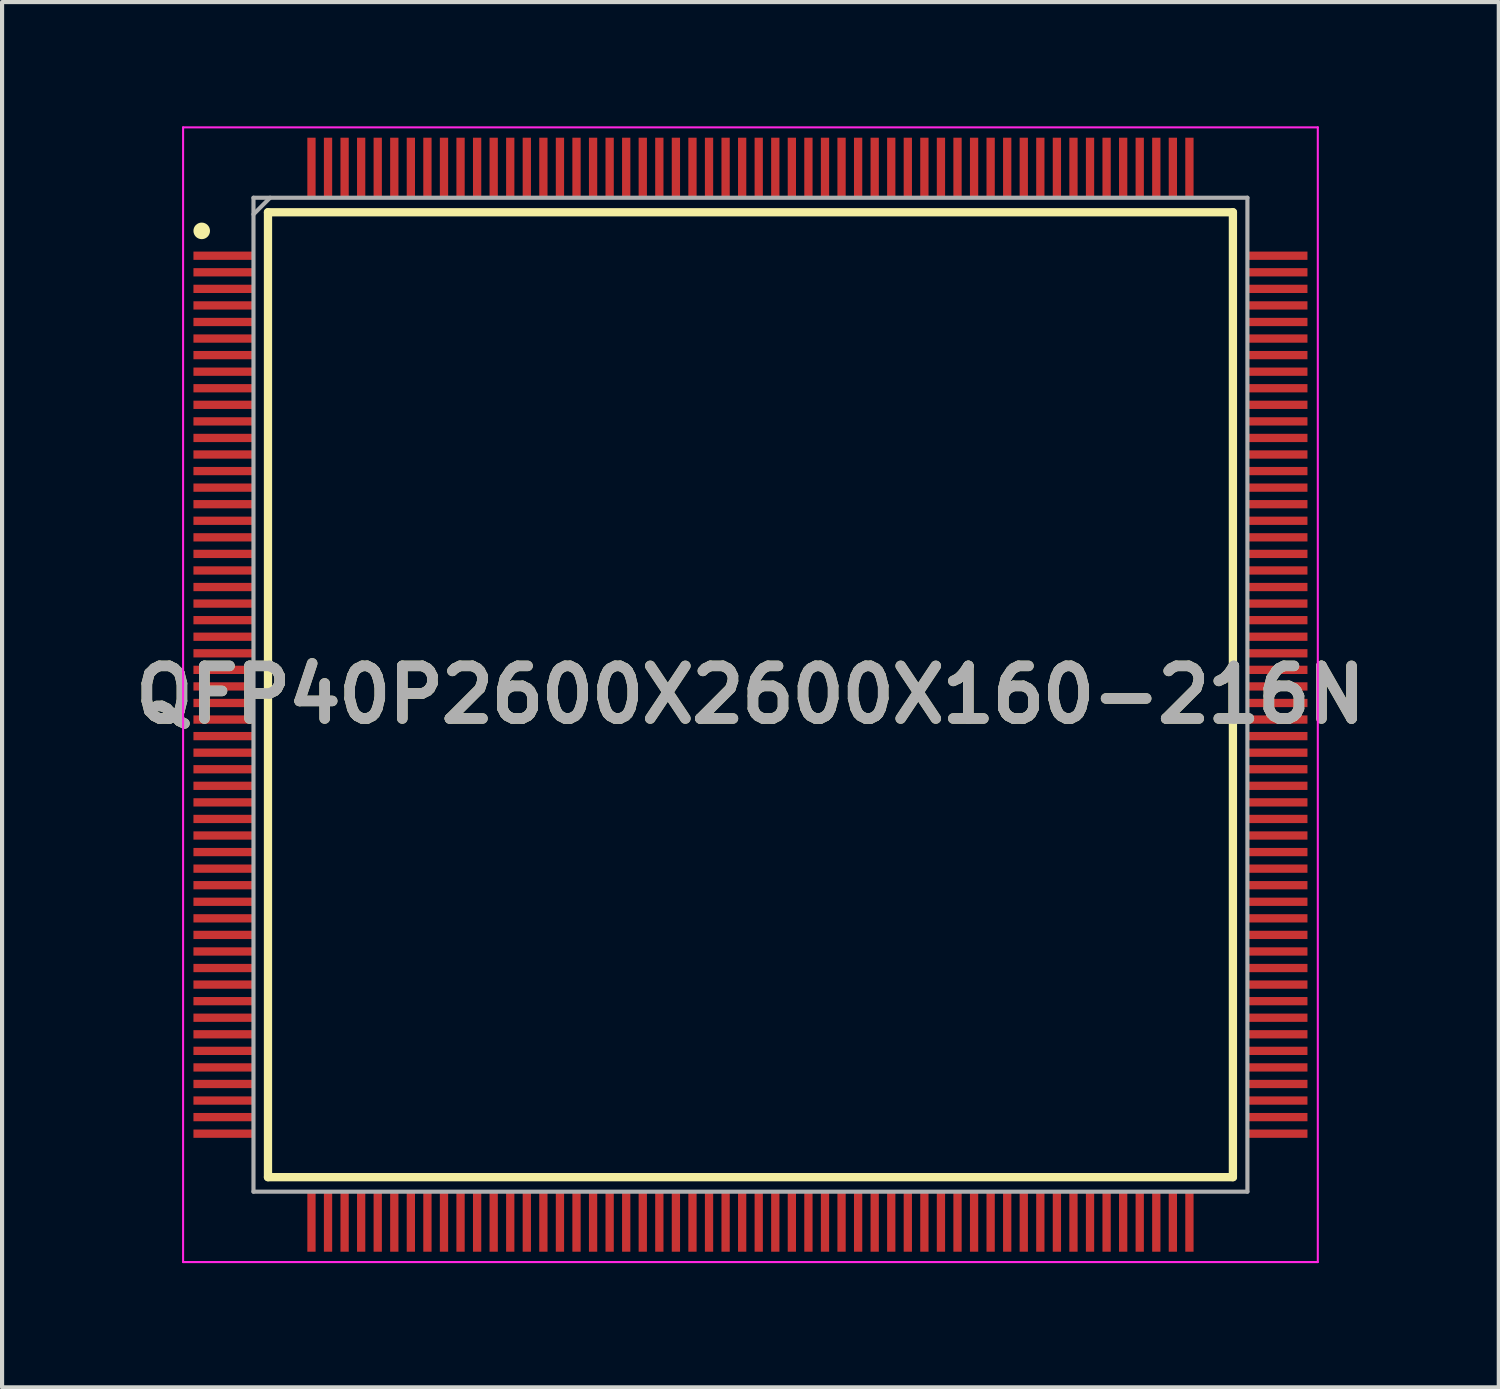
<source format=kicad_pcb>
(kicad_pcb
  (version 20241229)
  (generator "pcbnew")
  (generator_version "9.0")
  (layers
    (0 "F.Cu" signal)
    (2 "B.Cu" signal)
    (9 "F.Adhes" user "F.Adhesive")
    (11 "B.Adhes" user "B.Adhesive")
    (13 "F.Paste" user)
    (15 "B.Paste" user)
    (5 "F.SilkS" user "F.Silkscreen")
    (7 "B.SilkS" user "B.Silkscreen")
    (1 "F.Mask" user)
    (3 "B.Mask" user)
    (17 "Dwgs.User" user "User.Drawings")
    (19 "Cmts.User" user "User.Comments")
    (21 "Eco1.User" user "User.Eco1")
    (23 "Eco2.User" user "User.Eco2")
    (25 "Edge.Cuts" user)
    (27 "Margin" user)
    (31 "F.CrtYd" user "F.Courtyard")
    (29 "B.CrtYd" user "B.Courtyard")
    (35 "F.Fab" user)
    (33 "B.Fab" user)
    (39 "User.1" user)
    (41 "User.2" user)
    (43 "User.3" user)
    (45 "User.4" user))
  (footprint "QFP40P2600X2600X160-216N"
    (layer "F.Cu")
    (at 15.071 13.725)
    (property "Reference" "QFP40P2600X2600X160-216N" (at 0 0 0) (layer "F.SilkS") (effects (font (size 1.27 1.27) (thickness 0.254))))
    (attr smd)
    (fp_line (start -11.65 -11.65) (end 11.65 -11.65) (stroke (width 0.2) (type solid)) (layer "F.SilkS"))
    (fp_line (start -11.65 11.65) (end -11.65 -11.65) (stroke (width 0.2) (type solid)) (layer "F.SilkS"))
    (fp_line (start 11.65 -11.65) (end 11.65 11.65) (stroke (width 0.2) (type solid)) (layer "F.SilkS"))
    (fp_line (start 11.65 11.65) (end -11.65 11.65) (stroke (width 0.2) (type solid)) (layer "F.SilkS"))
    (fp_circle (center -13.25 -11.2) (end -13.25 -11.1) (stroke (width 0.2) (type solid)) (fill no) (layer "F.SilkS"))
    (fp_line (start -13.7 -13.7) (end 13.7 -13.7) (stroke (width 0.05) (type solid)) (layer "F.CrtYd"))
    (fp_line (start -13.7 13.7) (end -13.7 -13.7) (stroke (width 0.05) (type solid)) (layer "F.CrtYd"))
    (fp_line (start 13.7 -13.7) (end 13.7 13.7) (stroke (width 0.05) (type solid)) (layer "F.CrtYd"))
    (fp_line (start 13.7 13.7) (end -13.7 13.7) (stroke (width 0.05) (type solid)) (layer "F.CrtYd"))
    (fp_line (start -12 -12) (end 12 -12) (stroke (width 0.1) (type solid)) (layer "F.Fab"))
    (fp_line (start -12 -11.6) (end -11.6 -12) (stroke (width 0.1) (type solid)) (layer "F.Fab"))
    (fp_line (start -12 12) (end -12 -12) (stroke (width 0.1) (type solid)) (layer "F.Fab"))
    (fp_line (start 12 -12) (end 12 12) (stroke (width 0.1) (type solid)) (layer "F.Fab"))
    (fp_line (start 12 12) (end -12 12) (stroke (width 0.1) (type solid)) (layer "F.Fab"))
    (fp_text user "${REFERENCE}" (at 0 0 0) (layer "F.Fab") (effects (font (size 1.27 1.27) (thickness 0.254))))
    (pad "1" smd rect (at -12.725 -10.6 90) (size 0.2 1.45) (layers "F.Cu" "F.Mask" "F.Paste"))
    (pad "2" smd rect (at -12.725 -10.2 90) (size 0.2 1.45) (layers "F.Cu" "F.Mask" "F.Paste"))
    (pad "3" smd rect (at -12.725 -9.8 90) (size 0.2 1.45) (layers "F.Cu" "F.Mask" "F.Paste"))
    (pad "4" smd rect (at -12.725 -9.4 90) (size 0.2 1.45) (layers "F.Cu" "F.Mask" "F.Paste"))
    (pad "5" smd rect (at -12.725 -9 90) (size 0.2 1.45) (layers "F.Cu" "F.Mask" "F.Paste"))
    (pad "6" smd rect (at -12.725 -8.6 90) (size 0.2 1.45) (layers "F.Cu" "F.Mask" "F.Paste"))
    (pad "7" smd rect (at -12.725 -8.2 90) (size 0.2 1.45) (layers "F.Cu" "F.Mask" "F.Paste"))
    (pad "8" smd rect (at -12.725 -7.8 90) (size 0.2 1.45) (layers "F.Cu" "F.Mask" "F.Paste"))
    (pad "9" smd rect (at -12.725 -7.4 90) (size 0.2 1.45) (layers "F.Cu" "F.Mask" "F.Paste"))
    (pad "10" smd rect (at -12.725 -7 90) (size 0.2 1.45) (layers "F.Cu" "F.Mask" "F.Paste"))
    (pad "11" smd rect (at -12.725 -6.6 90) (size 0.2 1.45) (layers "F.Cu" "F.Mask" "F.Paste"))
    (pad "12" smd rect (at -12.725 -6.2 90) (size 0.2 1.45) (layers "F.Cu" "F.Mask" "F.Paste"))
    (pad "13" smd rect (at -12.725 -5.8 90) (size 0.2 1.45) (layers "F.Cu" "F.Mask" "F.Paste"))
    (pad "14" smd rect (at -12.725 -5.4 90) (size 0.2 1.45) (layers "F.Cu" "F.Mask" "F.Paste"))
    (pad "15" smd rect (at -12.725 -5 90) (size 0.2 1.45) (layers "F.Cu" "F.Mask" "F.Paste"))
    (pad "16" smd rect (at -12.725 -4.6 90) (size 0.2 1.45) (layers "F.Cu" "F.Mask" "F.Paste"))
    (pad "17" smd rect (at -12.725 -4.2 90) (size 0.2 1.45) (layers "F.Cu" "F.Mask" "F.Paste"))
    (pad "18" smd rect (at -12.725 -3.8 90) (size 0.2 1.45) (layers "F.Cu" "F.Mask" "F.Paste"))
    (pad "19" smd rect (at -12.725 -3.4 90) (size 0.2 1.45) (layers "F.Cu" "F.Mask" "F.Paste"))
    (pad "20" smd rect (at -12.725 -3 90) (size 0.2 1.45) (layers "F.Cu" "F.Mask" "F.Paste"))
    (pad "21" smd rect (at -12.725 -2.6 90) (size 0.2 1.45) (layers "F.Cu" "F.Mask" "F.Paste"))
    (pad "22" smd rect (at -12.725 -2.2 90) (size 0.2 1.45) (layers "F.Cu" "F.Mask" "F.Paste"))
    (pad "23" smd rect (at -12.725 -1.8 90) (size 0.2 1.45) (layers "F.Cu" "F.Mask" "F.Paste"))
    (pad "24" smd rect (at -12.725 -1.4 90) (size 0.2 1.45) (layers "F.Cu" "F.Mask" "F.Paste"))
    (pad "25" smd rect (at -12.725 -1 90) (size 0.2 1.45) (layers "F.Cu" "F.Mask" "F.Paste"))
    (pad "26" smd rect (at -12.725 -0.6 90) (size 0.2 1.45) (layers "F.Cu" "F.Mask" "F.Paste"))
    (pad "27" smd rect (at -12.725 -0.2 90) (size 0.2 1.45) (layers "F.Cu" "F.Mask" "F.Paste"))
    (pad "28" smd rect (at -12.725 0.2 90) (size 0.2 1.45) (layers "F.Cu" "F.Mask" "F.Paste"))
    (pad "29" smd rect (at -12.725 0.6 90) (size 0.2 1.45) (layers "F.Cu" "F.Mask" "F.Paste"))
    (pad "30" smd rect (at -12.725 1 90) (size 0.2 1.45) (layers "F.Cu" "F.Mask" "F.Paste"))
    (pad "31" smd rect (at -12.725 1.4 90) (size 0.2 1.45) (layers "F.Cu" "F.Mask" "F.Paste"))
    (pad "32" smd rect (at -12.725 1.8 90) (size 0.2 1.45) (layers "F.Cu" "F.Mask" "F.Paste"))
    (pad "33" smd rect (at -12.725 2.2 90) (size 0.2 1.45) (layers "F.Cu" "F.Mask" "F.Paste"))
    (pad "34" smd rect (at -12.725 2.6 90) (size 0.2 1.45) (layers "F.Cu" "F.Mask" "F.Paste"))
    (pad "35" smd rect (at -12.725 3 90) (size 0.2 1.45) (layers "F.Cu" "F.Mask" "F.Paste"))
    (pad "36" smd rect (at -12.725 3.4 90) (size 0.2 1.45) (layers "F.Cu" "F.Mask" "F.Paste"))
    (pad "37" smd rect (at -12.725 3.8 90) (size 0.2 1.45) (layers "F.Cu" "F.Mask" "F.Paste"))
    (pad "38" smd rect (at -12.725 4.2 90) (size 0.2 1.45) (layers "F.Cu" "F.Mask" "F.Paste"))
    (pad "39" smd rect (at -12.725 4.6 90) (size 0.2 1.45) (layers "F.Cu" "F.Mask" "F.Paste"))
    (pad "40" smd rect (at -12.725 5 90) (size 0.2 1.45) (layers "F.Cu" "F.Mask" "F.Paste"))
    (pad "41" smd rect (at -12.725 5.4 90) (size 0.2 1.45) (layers "F.Cu" "F.Mask" "F.Paste"))
    (pad "42" smd rect (at -12.725 5.8 90) (size 0.2 1.45) (layers "F.Cu" "F.Mask" "F.Paste"))
    (pad "43" smd rect (at -12.725 6.2 90) (size 0.2 1.45) (layers "F.Cu" "F.Mask" "F.Paste"))
    (pad "44" smd rect (at -12.725 6.6 90) (size 0.2 1.45) (layers "F.Cu" "F.Mask" "F.Paste"))
    (pad "45" smd rect (at -12.725 7 90) (size 0.2 1.45) (layers "F.Cu" "F.Mask" "F.Paste"))
    (pad "46" smd rect (at -12.725 7.4 90) (size 0.2 1.45) (layers "F.Cu" "F.Mask" "F.Paste"))
    (pad "47" smd rect (at -12.725 7.8 90) (size 0.2 1.45) (layers "F.Cu" "F.Mask" "F.Paste"))
    (pad "48" smd rect (at -12.725 8.2 90) (size 0.2 1.45) (layers "F.Cu" "F.Mask" "F.Paste"))
    (pad "49" smd rect (at -12.725 8.6 90) (size 0.2 1.45) (layers "F.Cu" "F.Mask" "F.Paste"))
    (pad "50" smd rect (at -12.725 9 90) (size 0.2 1.45) (layers "F.Cu" "F.Mask" "F.Paste"))
    (pad "51" smd rect (at -12.725 9.4 90) (size 0.2 1.45) (layers "F.Cu" "F.Mask" "F.Paste"))
    (pad "52" smd rect (at -12.725 9.8 90) (size 0.2 1.45) (layers "F.Cu" "F.Mask" "F.Paste"))
    (pad "53" smd rect (at -12.725 10.2 90) (size 0.2 1.45) (layers "F.Cu" "F.Mask" "F.Paste"))
    (pad "54" smd rect (at -12.725 10.6 90) (size 0.2 1.45) (layers "F.Cu" "F.Mask" "F.Paste"))
    (pad "55" smd rect (at -10.6 12.725) (size 0.2 1.45) (layers "F.Cu" "F.Mask" "F.Paste"))
    (pad "56" smd rect (at -10.2 12.725) (size 0.2 1.45) (layers "F.Cu" "F.Mask" "F.Paste"))
    (pad "57" smd rect (at -9.8 12.725) (size 0.2 1.45) (layers "F.Cu" "F.Mask" "F.Paste"))
    (pad "58" smd rect (at -9.4 12.725) (size 0.2 1.45) (layers "F.Cu" "F.Mask" "F.Paste"))
    (pad "59" smd rect (at -9 12.725) (size 0.2 1.45) (layers "F.Cu" "F.Mask" "F.Paste"))
    (pad "60" smd rect (at -8.6 12.725) (size 0.2 1.45) (layers "F.Cu" "F.Mask" "F.Paste"))
    (pad "61" smd rect (at -8.2 12.725) (size 0.2 1.45) (layers "F.Cu" "F.Mask" "F.Paste"))
    (pad "62" smd rect (at -7.8 12.725) (size 0.2 1.45) (layers "F.Cu" "F.Mask" "F.Paste"))
    (pad "63" smd rect (at -7.4 12.725) (size 0.2 1.45) (layers "F.Cu" "F.Mask" "F.Paste"))
    (pad "64" smd rect (at -7 12.725) (size 0.2 1.45) (layers "F.Cu" "F.Mask" "F.Paste"))
    (pad "65" smd rect (at -6.6 12.725) (size 0.2 1.45) (layers "F.Cu" "F.Mask" "F.Paste"))
    (pad "66" smd rect (at -6.2 12.725) (size 0.2 1.45) (layers "F.Cu" "F.Mask" "F.Paste"))
    (pad "67" smd rect (at -5.8 12.725) (size 0.2 1.45) (layers "F.Cu" "F.Mask" "F.Paste"))
    (pad "68" smd rect (at -5.4 12.725) (size 0.2 1.45) (layers "F.Cu" "F.Mask" "F.Paste"))
    (pad "69" smd rect (at -5 12.725) (size 0.2 1.45) (layers "F.Cu" "F.Mask" "F.Paste"))
    (pad "70" smd rect (at -4.6 12.725) (size 0.2 1.45) (layers "F.Cu" "F.Mask" "F.Paste"))
    (pad "71" smd rect (at -4.2 12.725) (size 0.2 1.45) (layers "F.Cu" "F.Mask" "F.Paste"))
    (pad "72" smd rect (at -3.8 12.725) (size 0.2 1.45) (layers "F.Cu" "F.Mask" "F.Paste"))
    (pad "73" smd rect (at -3.4 12.725) (size 0.2 1.45) (layers "F.Cu" "F.Mask" "F.Paste"))
    (pad "74" smd rect (at -3 12.725) (size 0.2 1.45) (layers "F.Cu" "F.Mask" "F.Paste"))
    (pad "75" smd rect (at -2.6 12.725) (size 0.2 1.45) (layers "F.Cu" "F.Mask" "F.Paste"))
    (pad "76" smd rect (at -2.2 12.725) (size 0.2 1.45) (layers "F.Cu" "F.Mask" "F.Paste"))
    (pad "77" smd rect (at -1.8 12.725) (size 0.2 1.45) (layers "F.Cu" "F.Mask" "F.Paste"))
    (pad "78" smd rect (at -1.4 12.725) (size 0.2 1.45) (layers "F.Cu" "F.Mask" "F.Paste"))
    (pad "79" smd rect (at -1 12.725) (size 0.2 1.45) (layers "F.Cu" "F.Mask" "F.Paste"))
    (pad "80" smd rect (at -0.6 12.725) (size 0.2 1.45) (layers "F.Cu" "F.Mask" "F.Paste"))
    (pad "81" smd rect (at -0.2 12.725) (size 0.2 1.45) (layers "F.Cu" "F.Mask" "F.Paste"))
    (pad "82" smd rect (at 0.2 12.725) (size 0.2 1.45) (layers "F.Cu" "F.Mask" "F.Paste"))
    (pad "83" smd rect (at 0.6 12.725) (size 0.2 1.45) (layers "F.Cu" "F.Mask" "F.Paste"))
    (pad "84" smd rect (at 1 12.725) (size 0.2 1.45) (layers "F.Cu" "F.Mask" "F.Paste"))
    (pad "85" smd rect (at 1.4 12.725) (size 0.2 1.45) (layers "F.Cu" "F.Mask" "F.Paste"))
    (pad "86" smd rect (at 1.8 12.725) (size 0.2 1.45) (layers "F.Cu" "F.Mask" "F.Paste"))
    (pad "87" smd rect (at 2.2 12.725) (size 0.2 1.45) (layers "F.Cu" "F.Mask" "F.Paste"))
    (pad "88" smd rect (at 2.6 12.725) (size 0.2 1.45) (layers "F.Cu" "F.Mask" "F.Paste"))
    (pad "89" smd rect (at 3 12.725) (size 0.2 1.45) (layers "F.Cu" "F.Mask" "F.Paste"))
    (pad "90" smd rect (at 3.4 12.725) (size 0.2 1.45) (layers "F.Cu" "F.Mask" "F.Paste"))
    (pad "91" smd rect (at 3.8 12.725) (size 0.2 1.45) (layers "F.Cu" "F.Mask" "F.Paste"))
    (pad "92" smd rect (at 4.2 12.725) (size 0.2 1.45) (layers "F.Cu" "F.Mask" "F.Paste"))
    (pad "93" smd rect (at 4.6 12.725) (size 0.2 1.45) (layers "F.Cu" "F.Mask" "F.Paste"))
    (pad "94" smd rect (at 5 12.725) (size 0.2 1.45) (layers "F.Cu" "F.Mask" "F.Paste"))
    (pad "95" smd rect (at 5.4 12.725) (size 0.2 1.45) (layers "F.Cu" "F.Mask" "F.Paste"))
    (pad "96" smd rect (at 5.8 12.725) (size 0.2 1.45) (layers "F.Cu" "F.Mask" "F.Paste"))
    (pad "97" smd rect (at 6.2 12.725) (size 0.2 1.45) (layers "F.Cu" "F.Mask" "F.Paste"))
    (pad "98" smd rect (at 6.6 12.725) (size 0.2 1.45) (layers "F.Cu" "F.Mask" "F.Paste"))
    (pad "99" smd rect (at 7 12.725) (size 0.2 1.45) (layers "F.Cu" "F.Mask" "F.Paste"))
    (pad "100" smd rect (at 7.4 12.725) (size 0.2 1.45) (layers "F.Cu" "F.Mask" "F.Paste"))
    (pad "101" smd rect (at 7.8 12.725) (size 0.2 1.45) (layers "F.Cu" "F.Mask" "F.Paste"))
    (pad "102" smd rect (at 8.2 12.725) (size 0.2 1.45) (layers "F.Cu" "F.Mask" "F.Paste"))
    (pad "103" smd rect (at 8.6 12.725) (size 0.2 1.45) (layers "F.Cu" "F.Mask" "F.Paste"))
    (pad "104" smd rect (at 9 12.725) (size 0.2 1.45) (layers "F.Cu" "F.Mask" "F.Paste"))
    (pad "105" smd rect (at 9.4 12.725) (size 0.2 1.45) (layers "F.Cu" "F.Mask" "F.Paste"))
    (pad "106" smd rect (at 9.8 12.725) (size 0.2 1.45) (layers "F.Cu" "F.Mask" "F.Paste"))
    (pad "107" smd rect (at 10.2 12.725) (size 0.2 1.45) (layers "F.Cu" "F.Mask" "F.Paste"))
    (pad "108" smd rect (at 10.6 12.725) (size 0.2 1.45) (layers "F.Cu" "F.Mask" "F.Paste"))
    (pad "109" smd rect (at 12.725 10.6 90) (size 0.2 1.45) (layers "F.Cu" "F.Mask" "F.Paste"))
    (pad "110" smd rect (at 12.725 10.2 90) (size 0.2 1.45) (layers "F.Cu" "F.Mask" "F.Paste"))
    (pad "111" smd rect (at 12.725 9.8 90) (size 0.2 1.45) (layers "F.Cu" "F.Mask" "F.Paste"))
    (pad "112" smd rect (at 12.725 9.4 90) (size 0.2 1.45) (layers "F.Cu" "F.Mask" "F.Paste"))
    (pad "113" smd rect (at 12.725 9 90) (size 0.2 1.45) (layers "F.Cu" "F.Mask" "F.Paste"))
    (pad "114" smd rect (at 12.725 8.6 90) (size 0.2 1.45) (layers "F.Cu" "F.Mask" "F.Paste"))
    (pad "115" smd rect (at 12.725 8.2 90) (size 0.2 1.45) (layers "F.Cu" "F.Mask" "F.Paste"))
    (pad "116" smd rect (at 12.725 7.8 90) (size 0.2 1.45) (layers "F.Cu" "F.Mask" "F.Paste"))
    (pad "117" smd rect (at 12.725 7.4 90) (size 0.2 1.45) (layers "F.Cu" "F.Mask" "F.Paste"))
    (pad "118" smd rect (at 12.725 7 90) (size 0.2 1.45) (layers "F.Cu" "F.Mask" "F.Paste"))
    (pad "119" smd rect (at 12.725 6.6 90) (size 0.2 1.45) (layers "F.Cu" "F.Mask" "F.Paste"))
    (pad "120" smd rect (at 12.725 6.2 90) (size 0.2 1.45) (layers "F.Cu" "F.Mask" "F.Paste"))
    (pad "121" smd rect (at 12.725 5.8 90) (size 0.2 1.45) (layers "F.Cu" "F.Mask" "F.Paste"))
    (pad "122" smd rect (at 12.725 5.4 90) (size 0.2 1.45) (layers "F.Cu" "F.Mask" "F.Paste"))
    (pad "123" smd rect (at 12.725 5 90) (size 0.2 1.45) (layers "F.Cu" "F.Mask" "F.Paste"))
    (pad "124" smd rect (at 12.725 4.6 90) (size 0.2 1.45) (layers "F.Cu" "F.Mask" "F.Paste"))
    (pad "125" smd rect (at 12.725 4.2 90) (size 0.2 1.45) (layers "F.Cu" "F.Mask" "F.Paste"))
    (pad "126" smd rect (at 12.725 3.8 90) (size 0.2 1.45) (layers "F.Cu" "F.Mask" "F.Paste"))
    (pad "127" smd rect (at 12.725 3.4 90) (size 0.2 1.45) (layers "F.Cu" "F.Mask" "F.Paste"))
    (pad "128" smd rect (at 12.725 3 90) (size 0.2 1.45) (layers "F.Cu" "F.Mask" "F.Paste"))
    (pad "129" smd rect (at 12.725 2.6 90) (size 0.2 1.45) (layers "F.Cu" "F.Mask" "F.Paste"))
    (pad "130" smd rect (at 12.725 2.2 90) (size 0.2 1.45) (layers "F.Cu" "F.Mask" "F.Paste"))
    (pad "131" smd rect (at 12.725 1.8 90) (size 0.2 1.45) (layers "F.Cu" "F.Mask" "F.Paste"))
    (pad "132" smd rect (at 12.725 1.4 90) (size 0.2 1.45) (layers "F.Cu" "F.Mask" "F.Paste"))
    (pad "133" smd rect (at 12.725 1 90) (size 0.2 1.45) (layers "F.Cu" "F.Mask" "F.Paste"))
    (pad "134" smd rect (at 12.725 0.6 90) (size 0.2 1.45) (layers "F.Cu" "F.Mask" "F.Paste"))
    (pad "135" smd rect (at 12.725 0.2 90) (size 0.2 1.45) (layers "F.Cu" "F.Mask" "F.Paste"))
    (pad "136" smd rect (at 12.725 -0.2 90) (size 0.2 1.45) (layers "F.Cu" "F.Mask" "F.Paste"))
    (pad "137" smd rect (at 12.725 -0.6 90) (size 0.2 1.45) (layers "F.Cu" "F.Mask" "F.Paste"))
    (pad "138" smd rect (at 12.725 -1 90) (size 0.2 1.45) (layers "F.Cu" "F.Mask" "F.Paste"))
    (pad "139" smd rect (at 12.725 -1.4 90) (size 0.2 1.45) (layers "F.Cu" "F.Mask" "F.Paste"))
    (pad "140" smd rect (at 12.725 -1.8 90) (size 0.2 1.45) (layers "F.Cu" "F.Mask" "F.Paste"))
    (pad "141" smd rect (at 12.725 -2.2 90) (size 0.2 1.45) (layers "F.Cu" "F.Mask" "F.Paste"))
    (pad "142" smd rect (at 12.725 -2.6 90) (size 0.2 1.45) (layers "F.Cu" "F.Mask" "F.Paste"))
    (pad "143" smd rect (at 12.725 -3 90) (size 0.2 1.45) (layers "F.Cu" "F.Mask" "F.Paste"))
    (pad "144" smd rect (at 12.725 -3.4 90) (size 0.2 1.45) (layers "F.Cu" "F.Mask" "F.Paste"))
    (pad "145" smd rect (at 12.725 -3.8 90) (size 0.2 1.45) (layers "F.Cu" "F.Mask" "F.Paste"))
    (pad "146" smd rect (at 12.725 -4.2 90) (size 0.2 1.45) (layers "F.Cu" "F.Mask" "F.Paste"))
    (pad "147" smd rect (at 12.725 -4.6 90) (size 0.2 1.45) (layers "F.Cu" "F.Mask" "F.Paste"))
    (pad "148" smd rect (at 12.725 -5 90) (size 0.2 1.45) (layers "F.Cu" "F.Mask" "F.Paste"))
    (pad "149" smd rect (at 12.725 -5.4 90) (size 0.2 1.45) (layers "F.Cu" "F.Mask" "F.Paste"))
    (pad "150" smd rect (at 12.725 -5.8 90) (size 0.2 1.45) (layers "F.Cu" "F.Mask" "F.Paste"))
    (pad "151" smd rect (at 12.725 -6.2 90) (size 0.2 1.45) (layers "F.Cu" "F.Mask" "F.Paste"))
    (pad "152" smd rect (at 12.725 -6.6 90) (size 0.2 1.45) (layers "F.Cu" "F.Mask" "F.Paste"))
    (pad "153" smd rect (at 12.725 -7 90) (size 0.2 1.45) (layers "F.Cu" "F.Mask" "F.Paste"))
    (pad "154" smd rect (at 12.725 -7.4 90) (size 0.2 1.45) (layers "F.Cu" "F.Mask" "F.Paste"))
    (pad "155" smd rect (at 12.725 -7.8 90) (size 0.2 1.45) (layers "F.Cu" "F.Mask" "F.Paste"))
    (pad "156" smd rect (at 12.725 -8.2 90) (size 0.2 1.45) (layers "F.Cu" "F.Mask" "F.Paste"))
    (pad "157" smd rect (at 12.725 -8.6 90) (size 0.2 1.45) (layers "F.Cu" "F.Mask" "F.Paste"))
    (pad "158" smd rect (at 12.725 -9 90) (size 0.2 1.45) (layers "F.Cu" "F.Mask" "F.Paste"))
    (pad "159" smd rect (at 12.725 -9.4 90) (size 0.2 1.45) (layers "F.Cu" "F.Mask" "F.Paste"))
    (pad "160" smd rect (at 12.725 -9.8 90) (size 0.2 1.45) (layers "F.Cu" "F.Mask" "F.Paste"))
    (pad "161" smd rect (at 12.725 -10.2 90) (size 0.2 1.45) (layers "F.Cu" "F.Mask" "F.Paste"))
    (pad "162" smd rect (at 12.725 -10.6 90) (size 0.2 1.45) (layers "F.Cu" "F.Mask" "F.Paste"))
    (pad "163" smd rect (at 10.6 -12.725) (size 0.2 1.45) (layers "F.Cu" "F.Mask" "F.Paste"))
    (pad "164" smd rect (at 10.2 -12.725) (size 0.2 1.45) (layers "F.Cu" "F.Mask" "F.Paste"))
    (pad "165" smd rect (at 9.8 -12.725) (size 0.2 1.45) (layers "F.Cu" "F.Mask" "F.Paste"))
    (pad "166" smd rect (at 9.4 -12.725) (size 0.2 1.45) (layers "F.Cu" "F.Mask" "F.Paste"))
    (pad "167" smd rect (at 9 -12.725) (size 0.2 1.45) (layers "F.Cu" "F.Mask" "F.Paste"))
    (pad "168" smd rect (at 8.6 -12.725) (size 0.2 1.45) (layers "F.Cu" "F.Mask" "F.Paste"))
    (pad "169" smd rect (at 8.2 -12.725) (size 0.2 1.45) (layers "F.Cu" "F.Mask" "F.Paste"))
    (pad "170" smd rect (at 7.8 -12.725) (size 0.2 1.45) (layers "F.Cu" "F.Mask" "F.Paste"))
    (pad "171" smd rect (at 7.4 -12.725) (size 0.2 1.45) (layers "F.Cu" "F.Mask" "F.Paste"))
    (pad "172" smd rect (at 7 -12.725) (size 0.2 1.45) (layers "F.Cu" "F.Mask" "F.Paste"))
    (pad "173" smd rect (at 6.6 -12.725) (size 0.2 1.45) (layers "F.Cu" "F.Mask" "F.Paste"))
    (pad "174" smd rect (at 6.2 -12.725) (size 0.2 1.45) (layers "F.Cu" "F.Mask" "F.Paste"))
    (pad "175" smd rect (at 5.8 -12.725) (size 0.2 1.45) (layers "F.Cu" "F.Mask" "F.Paste"))
    (pad "176" smd rect (at 5.4 -12.725) (size 0.2 1.45) (layers "F.Cu" "F.Mask" "F.Paste"))
    (pad "177" smd rect (at 5 -12.725) (size 0.2 1.45) (layers "F.Cu" "F.Mask" "F.Paste"))
    (pad "178" smd rect (at 4.6 -12.725) (size 0.2 1.45) (layers "F.Cu" "F.Mask" "F.Paste"))
    (pad "179" smd rect (at 4.2 -12.725) (size 0.2 1.45) (layers "F.Cu" "F.Mask" "F.Paste"))
    (pad "180" smd rect (at 3.8 -12.725) (size 0.2 1.45) (layers "F.Cu" "F.Mask" "F.Paste"))
    (pad "181" smd rect (at 3.4 -12.725) (size 0.2 1.45) (layers "F.Cu" "F.Mask" "F.Paste"))
    (pad "182" smd rect (at 3 -12.725) (size 0.2 1.45) (layers "F.Cu" "F.Mask" "F.Paste"))
    (pad "183" smd rect (at 2.6 -12.725) (size 0.2 1.45) (layers "F.Cu" "F.Mask" "F.Paste"))
    (pad "184" smd rect (at 2.2 -12.725) (size 0.2 1.45) (layers "F.Cu" "F.Mask" "F.Paste"))
    (pad "185" smd rect (at 1.8 -12.725) (size 0.2 1.45) (layers "F.Cu" "F.Mask" "F.Paste"))
    (pad "186" smd rect (at 1.4 -12.725) (size 0.2 1.45) (layers "F.Cu" "F.Mask" "F.Paste"))
    (pad "187" smd rect (at 1 -12.725) (size 0.2 1.45) (layers "F.Cu" "F.Mask" "F.Paste"))
    (pad "188" smd rect (at 0.6 -12.725) (size 0.2 1.45) (layers "F.Cu" "F.Mask" "F.Paste"))
    (pad "189" smd rect (at 0.2 -12.725) (size 0.2 1.45) (layers "F.Cu" "F.Mask" "F.Paste"))
    (pad "190" smd rect (at -0.2 -12.725) (size 0.2 1.45) (layers "F.Cu" "F.Mask" "F.Paste"))
    (pad "191" smd rect (at -0.6 -12.725) (size 0.2 1.45) (layers "F.Cu" "F.Mask" "F.Paste"))
    (pad "192" smd rect (at -1 -12.725) (size 0.2 1.45) (layers "F.Cu" "F.Mask" "F.Paste"))
    (pad "193" smd rect (at -1.4 -12.725) (size 0.2 1.45) (layers "F.Cu" "F.Mask" "F.Paste"))
    (pad "194" smd rect (at -1.8 -12.725) (size 0.2 1.45) (layers "F.Cu" "F.Mask" "F.Paste"))
    (pad "195" smd rect (at -2.2 -12.725) (size 0.2 1.45) (layers "F.Cu" "F.Mask" "F.Paste"))
    (pad "196" smd rect (at -2.6 -12.725) (size 0.2 1.45) (layers "F.Cu" "F.Mask" "F.Paste"))
    (pad "197" smd rect (at -3 -12.725) (size 0.2 1.45) (layers "F.Cu" "F.Mask" "F.Paste"))
    (pad "198" smd rect (at -3.4 -12.725) (size 0.2 1.45) (layers "F.Cu" "F.Mask" "F.Paste"))
    (pad "199" smd rect (at -3.8 -12.725) (size 0.2 1.45) (layers "F.Cu" "F.Mask" "F.Paste"))
    (pad "200" smd rect (at -4.2 -12.725) (size 0.2 1.45) (layers "F.Cu" "F.Mask" "F.Paste"))
    (pad "201" smd rect (at -4.6 -12.725) (size 0.2 1.45) (layers "F.Cu" "F.Mask" "F.Paste"))
    (pad "202" smd rect (at -5 -12.725) (size 0.2 1.45) (layers "F.Cu" "F.Mask" "F.Paste"))
    (pad "203" smd rect (at -5.4 -12.725) (size 0.2 1.45) (layers "F.Cu" "F.Mask" "F.Paste"))
    (pad "204" smd rect (at -5.8 -12.725) (size 0.2 1.45) (layers "F.Cu" "F.Mask" "F.Paste"))
    (pad "205" smd rect (at -6.2 -12.725) (size 0.2 1.45) (layers "F.Cu" "F.Mask" "F.Paste"))
    (pad "206" smd rect (at -6.6 -12.725) (size 0.2 1.45) (layers "F.Cu" "F.Mask" "F.Paste"))
    (pad "207" smd rect (at -7 -12.725) (size 0.2 1.45) (layers "F.Cu" "F.Mask" "F.Paste"))
    (pad "208" smd rect (at -7.4 -12.725) (size 0.2 1.45) (layers "F.Cu" "F.Mask" "F.Paste"))
    (pad "209" smd rect (at -7.8 -12.725) (size 0.2 1.45) (layers "F.Cu" "F.Mask" "F.Paste"))
    (pad "210" smd rect (at -8.2 -12.725) (size 0.2 1.45) (layers "F.Cu" "F.Mask" "F.Paste"))
    (pad "211" smd rect (at -8.6 -12.725) (size 0.2 1.45) (layers "F.Cu" "F.Mask" "F.Paste"))
    (pad "212" smd rect (at -9 -12.725) (size 0.2 1.45) (layers "F.Cu" "F.Mask" "F.Paste"))
    (pad "213" smd rect (at -9.4 -12.725) (size 0.2 1.45) (layers "F.Cu" "F.Mask" "F.Paste"))
    (pad "214" smd rect (at -9.8 -12.725) (size 0.2 1.45) (layers "F.Cu" "F.Mask" "F.Paste"))
    (pad "215" smd rect (at -10.2 -12.725) (size 0.2 1.45) (layers "F.Cu" "F.Mask" "F.Paste"))
    (pad "216" smd rect (at -10.6 -12.725) (size 0.2 1.45) (layers "F.Cu" "F.Mask" "F.Paste")))
  (gr_rect
    (start -3 -3)
    (end 33.141 30.45)
    (stroke (width 0.1) (type default))
    (fill no)
    (layer "Edge.Cuts")))
</source>
